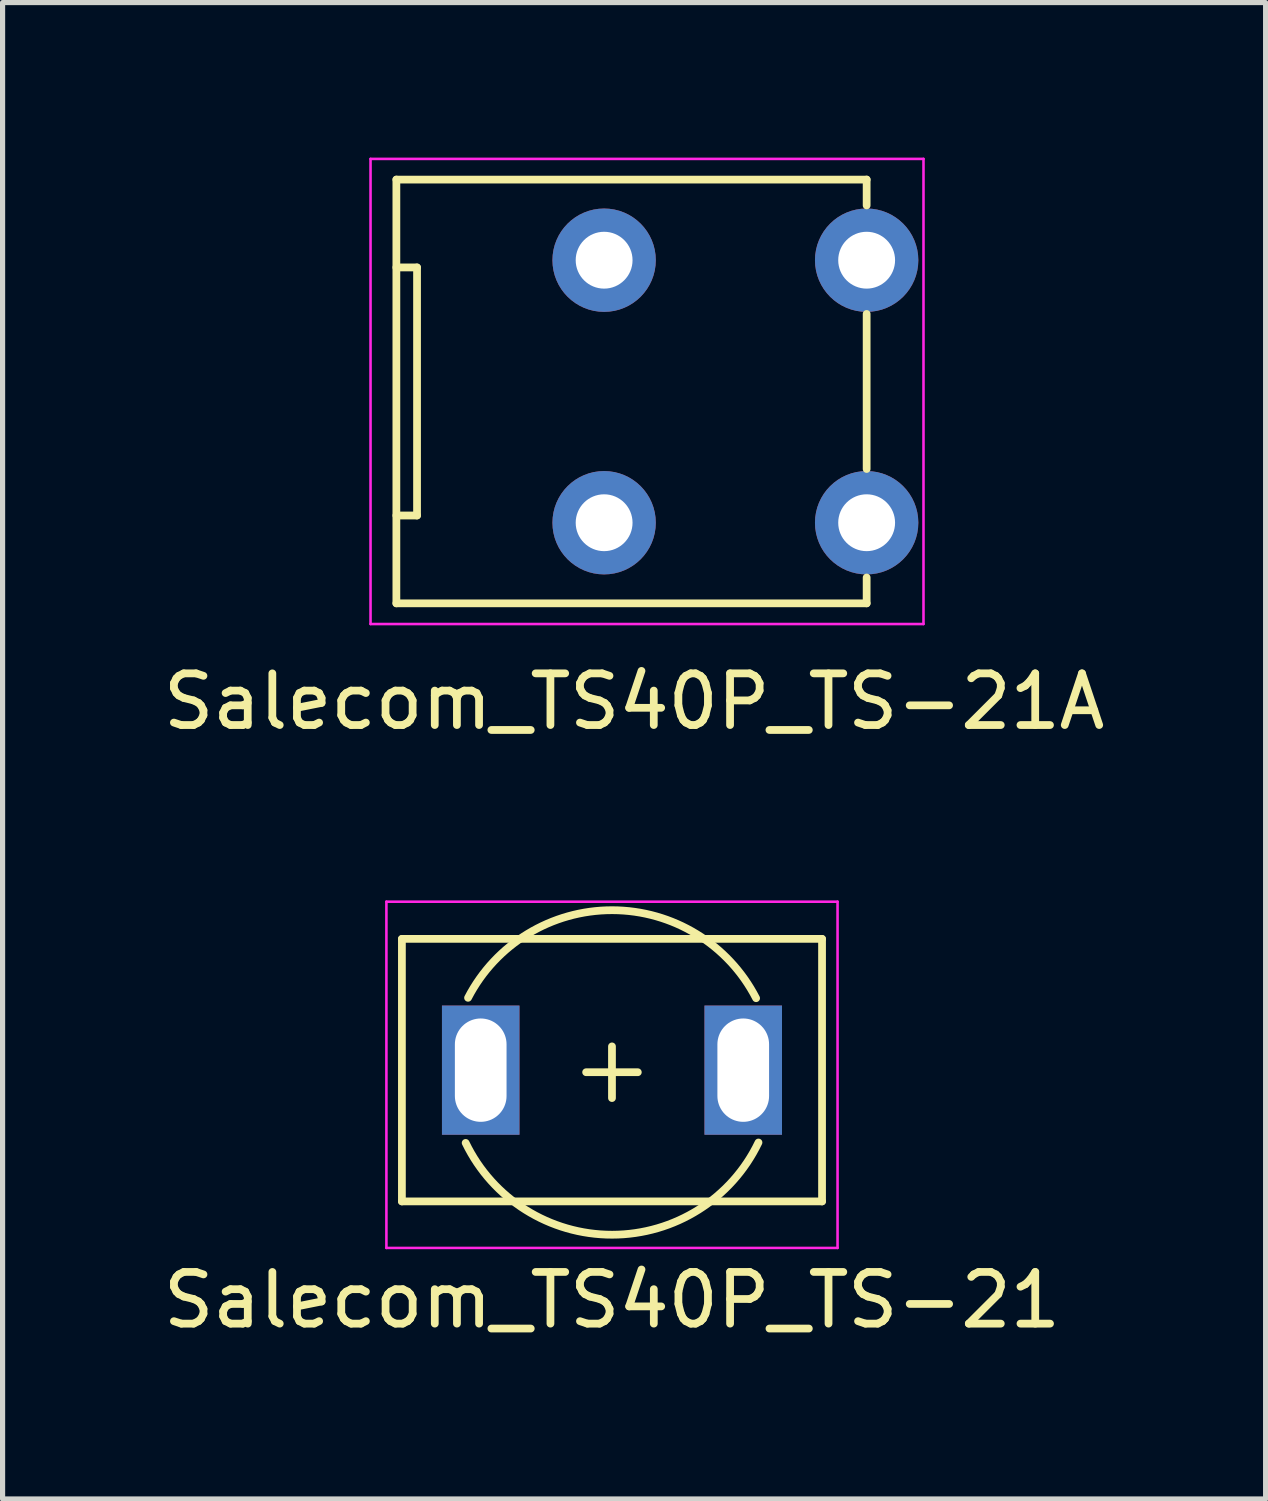
<source format=kicad_pcb>
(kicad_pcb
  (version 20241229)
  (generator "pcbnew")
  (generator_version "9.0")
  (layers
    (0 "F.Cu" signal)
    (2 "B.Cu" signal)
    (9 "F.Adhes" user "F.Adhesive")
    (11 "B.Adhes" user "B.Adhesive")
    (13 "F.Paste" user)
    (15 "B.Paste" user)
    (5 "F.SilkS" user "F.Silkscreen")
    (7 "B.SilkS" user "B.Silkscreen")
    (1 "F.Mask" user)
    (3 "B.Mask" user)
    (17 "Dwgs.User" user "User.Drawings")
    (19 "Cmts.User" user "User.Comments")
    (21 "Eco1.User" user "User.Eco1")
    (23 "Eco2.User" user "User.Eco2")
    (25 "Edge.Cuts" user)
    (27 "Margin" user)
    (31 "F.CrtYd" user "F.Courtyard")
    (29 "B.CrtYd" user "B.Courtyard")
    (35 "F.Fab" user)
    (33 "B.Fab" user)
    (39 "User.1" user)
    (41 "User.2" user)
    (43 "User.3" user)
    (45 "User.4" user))
  (footprint "Salecom_TS40P_TS-21"
    (layer "F.Cu")
    (at 4.727 20.198)
    (property "Reference" "Salecom_TS40P_TS-21" (at 4.065 1.91 0) (layer "F.SilkS") (effects (font (size 1 1) (thickness 0.15))))
    (attr through_hole)
    (fp_line (start 0 -5.08) (end 0 0) (stroke (width 0.15) (type solid)) (layer "F.SilkS"))
    (fp_line (start 0 -5.08) (end 8.13 -5.08) (stroke (width 0.15) (type solid)) (layer "F.SilkS"))
    (fp_line (start 0 0) (end 8.13 0) (stroke (width 0.15) (type solid)) (layer "F.SilkS"))
    (fp_line (start 3.565 -2.5) (end 4.565 -2.5) (stroke (width 0.15) (type solid)) (layer "F.SilkS"))
    (fp_line (start 4.065 -3) (end 4.065 -2) (stroke (width 0.15) (type solid)) (layer "F.SilkS"))
    (fp_line (start 8.13 -5.08) (end 8.13 0) (stroke (width 0.15) (type solid)) (layer "F.SilkS"))
    (fp_arc (start 1.28 -3.94) (mid 4.069327 -5.635252) (end 6.853964 -3.932307) (stroke (width 0.15) (type solid)) (layer "F.SilkS"))
    (fp_arc (start 6.9 -1.14) (mid 4.069196 0.644329) (end 1.23364 -1.132438) (stroke (width 0.15) (type solid)) (layer "F.SilkS"))
    (fp_line (start -0.3 -5.8) (end -0.3 0.9) (stroke (width 0.05) (type solid)) (layer "F.CrtYd"))
    (fp_line (start -0.3 -5.8) (end 8.43 -5.8) (stroke (width 0.05) (type solid)) (layer "F.CrtYd"))
    (fp_line (start -0.3 0.9) (end 8.43 0.9) (stroke (width 0.05) (type solid)) (layer "F.CrtYd"))
    (fp_line (start 8.43 -5.8) (end 8.43 0.9) (stroke (width 0.05) (type solid)) (layer "F.CrtYd"))
    (pad "1" thru_hole rect (at 1.525 -2.54) (size 1.5 2.5) (drill oval 1 2) (layers "*.Cu" "*.Mask"))
    (pad "2" thru_hole rect (at 6.605 -2.54) (size 1.5 2.5) (drill oval 1 2) (layers "*.Cu" "*.Mask")))
  (footprint "Salecom_TS40P_TS-21A"
    (layer "F.Cu")
    (at 13.72 4.525)
    (property "Reference" "Salecom_TS40P_TS-21A" (at -4.5 6 0) (layer "F.SilkS") (effects (font (size 1 1) (thickness 0.15))))
    (attr through_hole)
    (fp_line (start -9.1 -4.1) (end -9.1 4.1) (stroke (width 0.15) (type solid)) (layer "F.SilkS"))
    (fp_line (start -9.1 -4.1) (end 0 -4.1) (stroke (width 0.15) (type solid)) (layer "F.SilkS"))
    (fp_line (start -9.1 4.1) (end 0 4.1) (stroke (width 0.15) (type solid)) (layer "F.SilkS"))
    (fp_line (start -8.7 -2.4) (end -9.1 -2.4) (stroke (width 0.15) (type solid)) (layer "F.SilkS"))
    (fp_line (start -8.7 -2.4) (end -8.7 2.4) (stroke (width 0.15) (type solid)) (layer "F.SilkS"))
    (fp_line (start -8.7 2.4) (end -9.1 2.4) (stroke (width 0.15) (type solid)) (layer "F.SilkS"))
    (fp_line (start 0 -4.1) (end 0 -3.6) (stroke (width 0.15) (type solid)) (layer "F.SilkS"))
    (fp_line (start 0 -1.5) (end 0 1.5) (stroke (width 0.15) (type solid)) (layer "F.SilkS"))
    (fp_line (start 0 3.6) (end 0 4.1) (stroke (width 0.15) (type solid)) (layer "F.SilkS"))
    (fp_line (start -9.6 -4.5) (end -9.6 4.5) (stroke (width 0.05) (type solid)) (layer "F.CrtYd"))
    (fp_line (start -9.6 -4.5) (end 1.1 -4.5) (stroke (width 0.05) (type solid)) (layer "F.CrtYd"))
    (fp_line (start 1.1 -4.5) (end 1.1 4.5) (stroke (width 0.05) (type solid)) (layer "F.CrtYd"))
    (fp_line (start 1.1 4.5) (end -9.6 4.5) (stroke (width 0.05) (type solid)) (layer "F.CrtYd"))
    (pad "" np_thru_hole circle (at -5.08 -2.54) (size 2 2) (drill 1.1) (layers "*.Cu" "*.Mask"))
    (pad "" np_thru_hole circle (at -5.08 2.54) (size 2 2) (drill 1.1) (layers "*.Cu" "*.Mask"))
    (pad "1" thru_hole circle (at 0 -2.54) (size 2 2) (drill 1.1) (layers "*.Cu" "*.Mask"))
    (pad "2" thru_hole circle (at 0 2.54) (size 2 2) (drill 1.1) (layers "*.Cu" "*.Mask")))
  (gr_rect
    (start -3 -3)
    (end 21.44 25.956)
    (stroke (width 0.1) (type default))
    (fill no)
    (layer "Edge.Cuts")))
</source>
